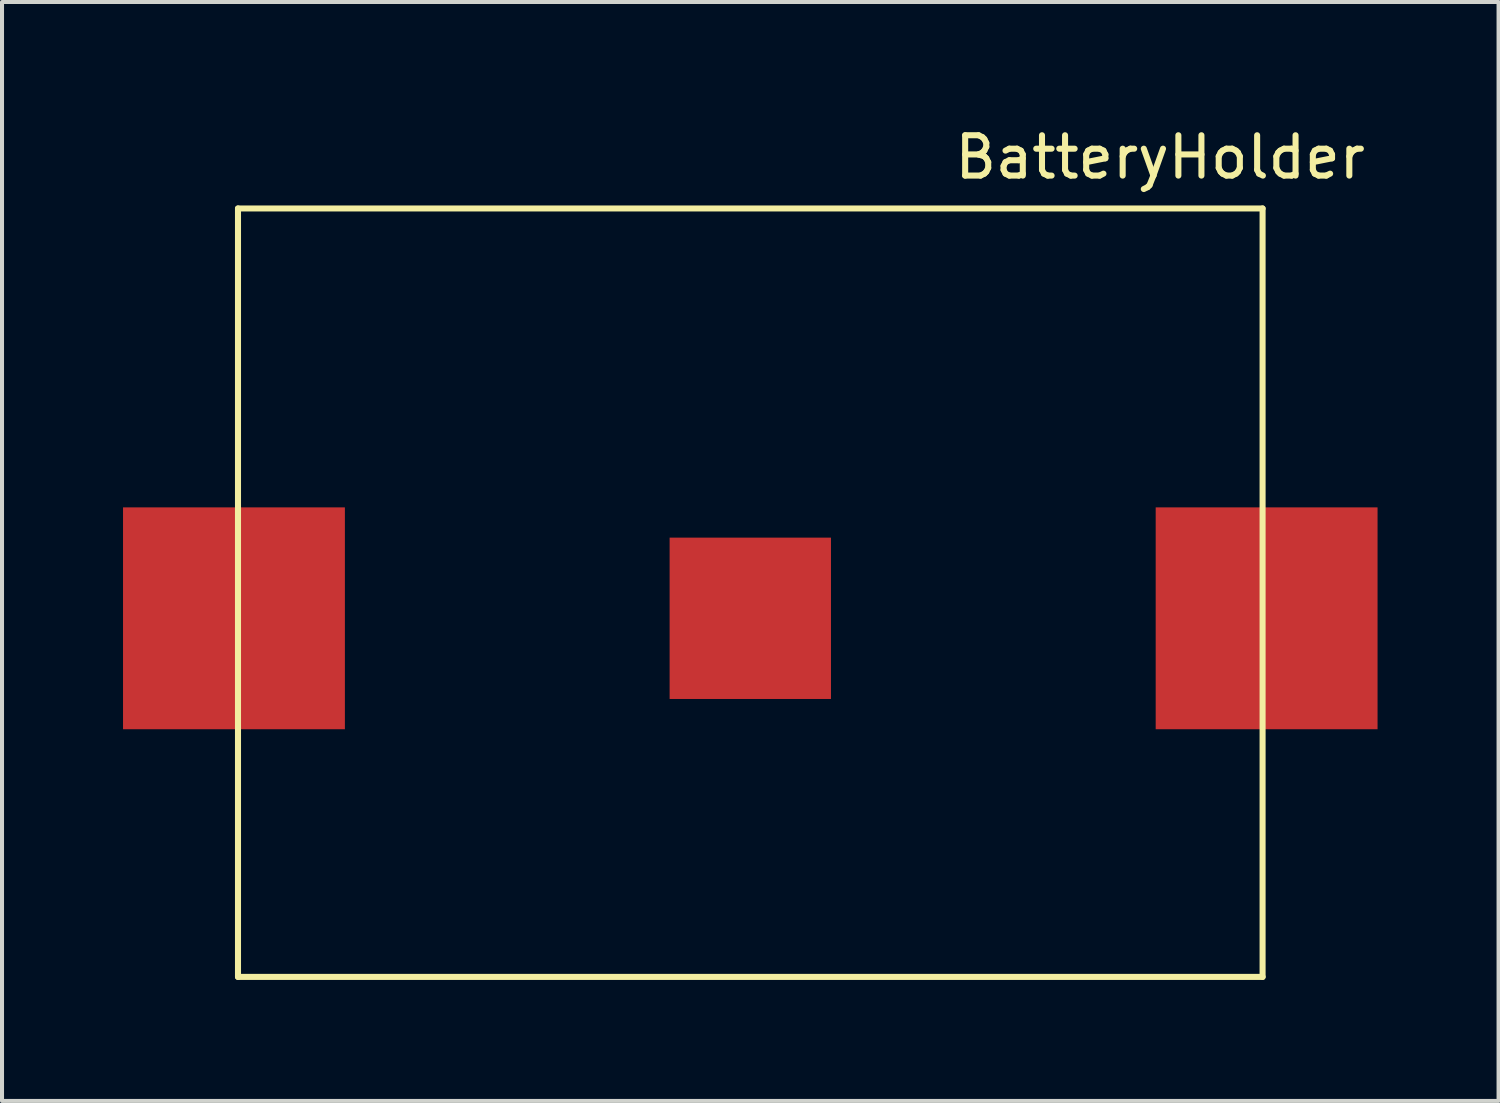
<source format=kicad_pcb>
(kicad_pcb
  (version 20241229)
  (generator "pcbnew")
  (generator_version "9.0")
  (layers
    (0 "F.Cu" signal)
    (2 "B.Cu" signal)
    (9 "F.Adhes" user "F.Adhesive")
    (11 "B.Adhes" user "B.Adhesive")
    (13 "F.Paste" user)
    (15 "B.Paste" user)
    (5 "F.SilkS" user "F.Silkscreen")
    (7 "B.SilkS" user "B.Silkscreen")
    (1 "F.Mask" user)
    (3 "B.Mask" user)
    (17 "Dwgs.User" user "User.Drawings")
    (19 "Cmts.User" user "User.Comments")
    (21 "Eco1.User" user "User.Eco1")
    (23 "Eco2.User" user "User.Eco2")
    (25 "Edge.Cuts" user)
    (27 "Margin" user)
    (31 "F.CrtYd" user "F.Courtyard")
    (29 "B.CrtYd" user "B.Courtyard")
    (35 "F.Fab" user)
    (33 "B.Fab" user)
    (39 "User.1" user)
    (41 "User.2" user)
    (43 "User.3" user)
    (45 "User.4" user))
  (footprint "BatteryHolder"
    (layer "F.Cu")
    (at 15.55 12.278)
    (property "Reference" "BatteryHolder" (at 10.16 -11.43 0) (layer "F.SilkS") (effects (font (size 1 1) (thickness 0.15))))
    (attr through_hole)
    (fp_line (start -12.7 -10.16) (end -12.7 8.89) (stroke (width 0.15) (type solid)) (layer "F.SilkS"))
    (fp_line (start -12.7 8.89) (end 12.7 8.89) (stroke (width 0.15) (type solid)) (layer "F.SilkS"))
    (fp_line (start 12.7 -10.16) (end -12.7 -10.16) (stroke (width 0.15) (type solid)) (layer "F.SilkS"))
    (fp_line (start 12.7 8.89) (end 12.7 -10.16) (stroke (width 0.15) (type solid)) (layer "F.SilkS"))
    (pad "1" smd rect (at -12.8 0) (size 5.5 5.5) (layers "F.Cu" "F.Mask" "F.Paste"))
    (pad "1" smd rect (at 12.8 0) (size 5.5 5.5) (layers "F.Cu" "F.Mask" "F.Paste"))
    (pad "2" smd rect (at 0 0) (size 4 4) (layers "F.Cu" "F.Mask" "F.Paste")))
  (gr_rect
    (start -3 -3)
    (end 34.1 24.243)
    (stroke (width 0.1) (type default))
    (fill no)
    (layer "Edge.Cuts")))
</source>
